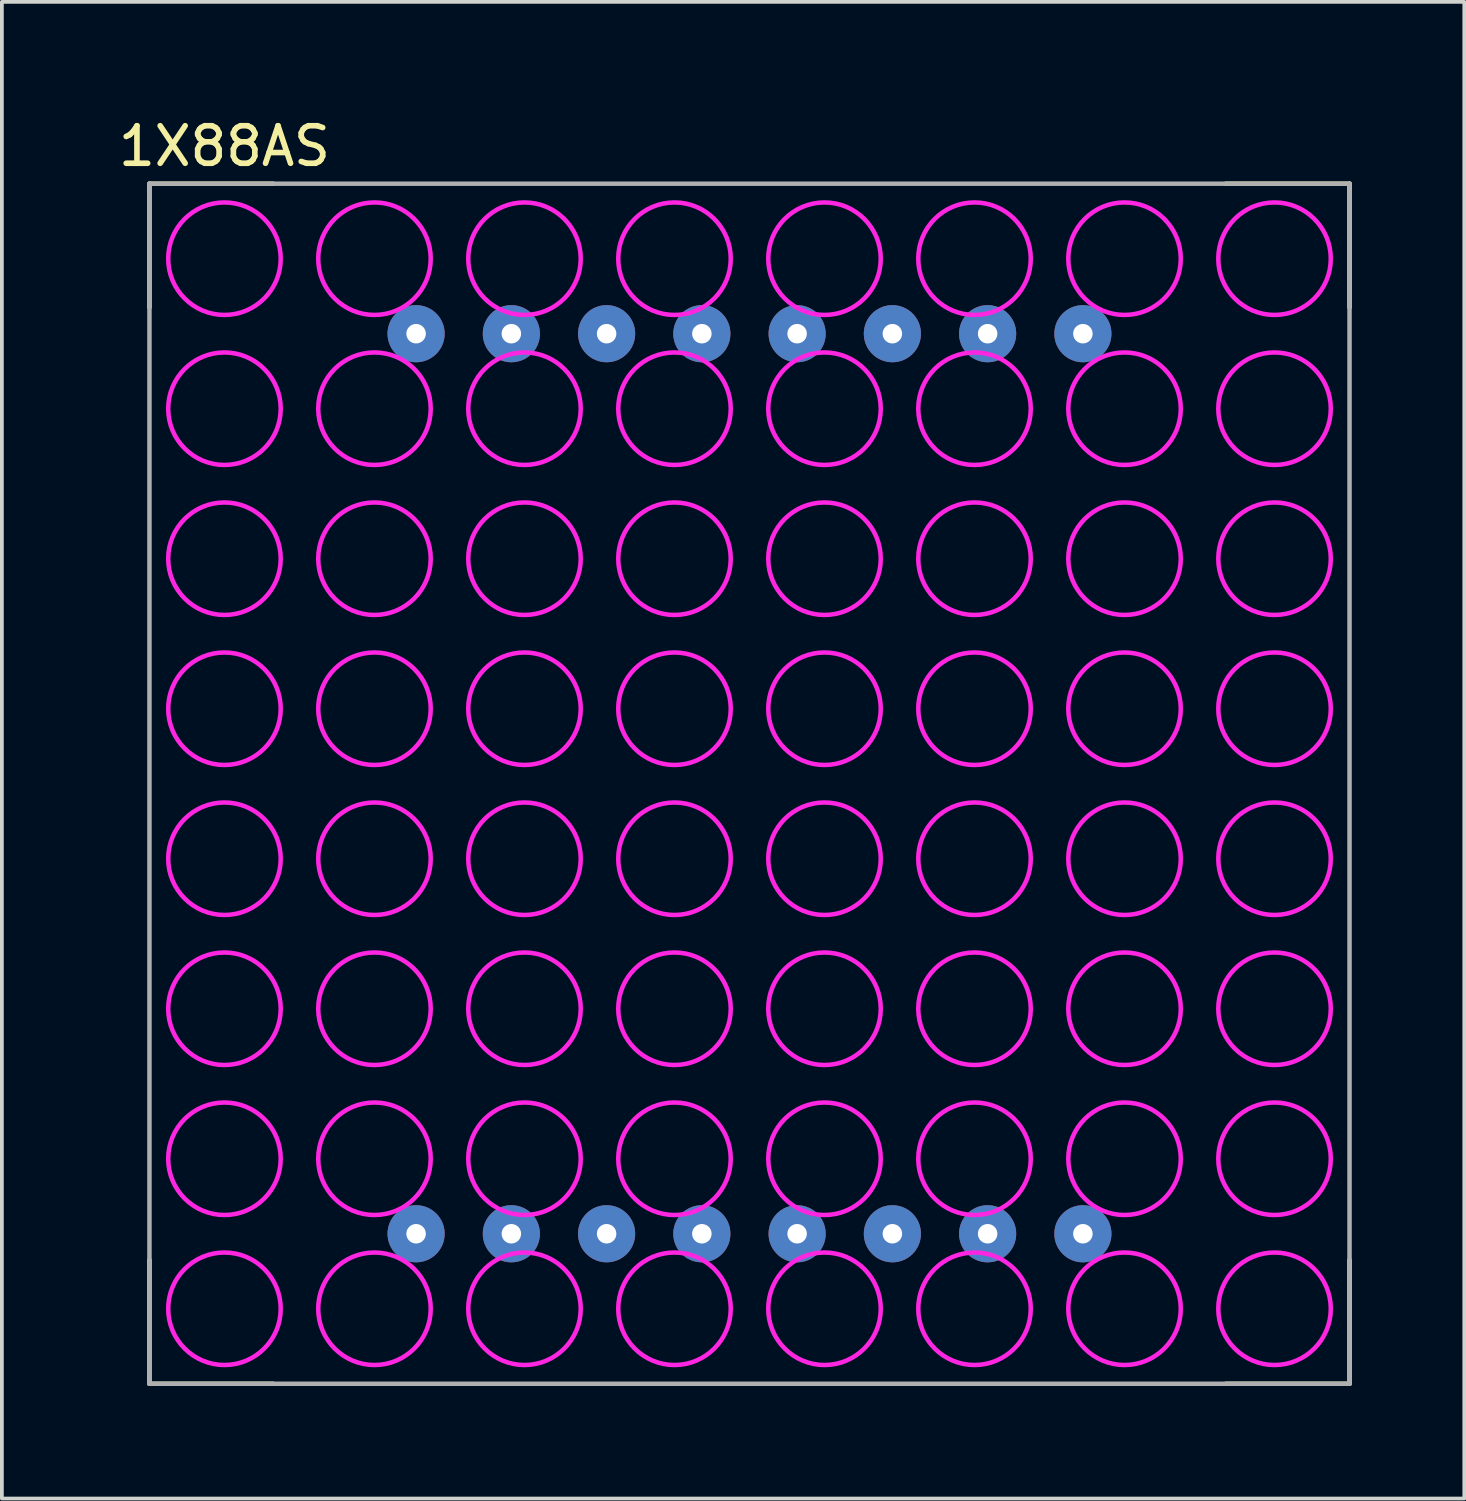
<source format=kicad_pcb>
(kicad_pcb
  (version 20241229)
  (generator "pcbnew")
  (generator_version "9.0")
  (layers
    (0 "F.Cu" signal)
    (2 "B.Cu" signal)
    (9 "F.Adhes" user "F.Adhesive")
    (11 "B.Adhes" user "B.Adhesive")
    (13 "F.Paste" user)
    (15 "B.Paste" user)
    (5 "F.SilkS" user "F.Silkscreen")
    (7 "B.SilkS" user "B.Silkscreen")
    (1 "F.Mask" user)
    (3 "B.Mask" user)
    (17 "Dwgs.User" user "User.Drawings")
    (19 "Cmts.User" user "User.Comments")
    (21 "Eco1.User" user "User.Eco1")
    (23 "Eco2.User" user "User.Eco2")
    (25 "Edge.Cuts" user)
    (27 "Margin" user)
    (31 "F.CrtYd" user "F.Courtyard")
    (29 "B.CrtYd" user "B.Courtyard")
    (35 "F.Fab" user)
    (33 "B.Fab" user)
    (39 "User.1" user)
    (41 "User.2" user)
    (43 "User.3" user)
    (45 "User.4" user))
  (footprint "1X88AS"
    (layer "F.Cu")
    (at 16.935 17.848)
    (property "Reference" "1X88AS" (at -14 -17 0) (layer "F.SilkS") (effects (font (size 1 1) (thickness 0.15))))
    (attr through_hole)
    (fp_line (start -16 -16) (end -16 -12.7) (stroke (width 0.12) (type solid)) (layer "F.SilkS"))
    (fp_line (start -16 -16) (end -12.7 -16) (stroke (width 0.12) (type solid)) (layer "F.SilkS"))
    (fp_line (start -16 16) (end -16 12.7) (stroke (width 0.12) (type solid)) (layer "F.SilkS"))
    (fp_line (start -16 16) (end -12.7 16) (stroke (width 0.12) (type solid)) (layer "F.SilkS"))
    (fp_line (start 16 -16) (end 12.7 -16) (stroke (width 0.12) (type solid)) (layer "F.SilkS"))
    (fp_line (start 16 -16) (end 16 -12.7) (stroke (width 0.12) (type solid)) (layer "F.SilkS"))
    (fp_line (start 16 16) (end 12.7 16) (stroke (width 0.12) (type solid)) (layer "F.SilkS"))
    (fp_line (start 16 16) (end 16 12.7) (stroke (width 0.12) (type solid)) (layer "F.SilkS"))
    (fp_circle (center -14 -14) (end -12.5 -14) (stroke (width 0.12) (type solid)) (fill no) (layer "F.CrtYd"))
    (fp_circle (center -14 -10) (end -12.5 -10) (stroke (width 0.12) (type solid)) (fill no) (layer "F.CrtYd"))
    (fp_circle (center -14 -6) (end -12.5 -6) (stroke (width 0.12) (type solid)) (fill no) (layer "F.CrtYd"))
    (fp_circle (center -14 -2) (end -12.5 -2) (stroke (width 0.12) (type solid)) (fill no) (layer "F.CrtYd"))
    (fp_circle (center -14 2) (end -12.5 2) (stroke (width 0.12) (type solid)) (fill no) (layer "F.CrtYd"))
    (fp_circle (center -14 6) (end -12.5 6) (stroke (width 0.12) (type solid)) (fill no) (layer "F.CrtYd"))
    (fp_circle (center -14 10) (end -12.5 10) (stroke (width 0.12) (type solid)) (fill no) (layer "F.CrtYd"))
    (fp_circle (center -14 14) (end -12.5 14) (stroke (width 0.12) (type solid)) (fill no) (layer "F.CrtYd"))
    (fp_circle (center -10 -14) (end -8.5 -14) (stroke (width 0.12) (type solid)) (fill no) (layer "F.CrtYd"))
    (fp_circle (center -10 -10) (end -8.5 -10) (stroke (width 0.12) (type solid)) (fill no) (layer "F.CrtYd"))
    (fp_circle (center -10 -6) (end -8.5 -6) (stroke (width 0.12) (type solid)) (fill no) (layer "F.CrtYd"))
    (fp_circle (center -10 -2) (end -8.5 -2) (stroke (width 0.12) (type solid)) (fill no) (layer "F.CrtYd"))
    (fp_circle (center -10 2) (end -8.5 2) (stroke (width 0.12) (type solid)) (fill no) (layer "F.CrtYd"))
    (fp_circle (center -10 6) (end -8.5 6) (stroke (width 0.12) (type solid)) (fill no) (layer "F.CrtYd"))
    (fp_circle (center -10 10) (end -8.5 10) (stroke (width 0.12) (type solid)) (fill no) (layer "F.CrtYd"))
    (fp_circle (center -10 14) (end -8.5 14) (stroke (width 0.12) (type solid)) (fill no) (layer "F.CrtYd"))
    (fp_circle (center -6 -14) (end -4.5 -14) (stroke (width 0.12) (type solid)) (fill no) (layer "F.CrtYd"))
    (fp_circle (center -6 -10) (end -4.5 -10) (stroke (width 0.12) (type solid)) (fill no) (layer "F.CrtYd"))
    (fp_circle (center -6 -6) (end -4.5 -6) (stroke (width 0.12) (type solid)) (fill no) (layer "F.CrtYd"))
    (fp_circle (center -6 -2) (end -4.5 -2) (stroke (width 0.12) (type solid)) (fill no) (layer "F.CrtYd"))
    (fp_circle (center -6 2) (end -4.5 2) (stroke (width 0.12) (type solid)) (fill no) (layer "F.CrtYd"))
    (fp_circle (center -6 6) (end -4.5 6) (stroke (width 0.12) (type solid)) (fill no) (layer "F.CrtYd"))
    (fp_circle (center -6 10) (end -4.5 10) (stroke (width 0.12) (type solid)) (fill no) (layer "F.CrtYd"))
    (fp_circle (center -6 14) (end -4.5 14) (stroke (width 0.12) (type solid)) (fill no) (layer "F.CrtYd"))
    (fp_circle (center -2 -14) (end -0.5 -14) (stroke (width 0.12) (type solid)) (fill no) (layer "F.CrtYd"))
    (fp_circle (center -2 -10) (end -0.5 -10) (stroke (width 0.12) (type solid)) (fill no) (layer "F.CrtYd"))
    (fp_circle (center -2 -6) (end -0.5 -6) (stroke (width 0.12) (type solid)) (fill no) (layer "F.CrtYd"))
    (fp_circle (center -2 -2) (end -0.5 -2) (stroke (width 0.12) (type solid)) (fill no) (layer "F.CrtYd"))
    (fp_circle (center -2 2) (end -0.5 2) (stroke (width 0.12) (type solid)) (fill no) (layer "F.CrtYd"))
    (fp_circle (center -2 6) (end -0.5 6) (stroke (width 0.12) (type solid)) (fill no) (layer "F.CrtYd"))
    (fp_circle (center -2 10) (end -0.5 10) (stroke (width 0.12) (type solid)) (fill no) (layer "F.CrtYd"))
    (fp_circle (center -2 14) (end -0.5 14) (stroke (width 0.12) (type solid)) (fill no) (layer "F.CrtYd"))
    (fp_circle (center 2 -14) (end 3.5 -14) (stroke (width 0.12) (type solid)) (fill no) (layer "F.CrtYd"))
    (fp_circle (center 2 -10) (end 3.5 -10) (stroke (width 0.12) (type solid)) (fill no) (layer "F.CrtYd"))
    (fp_circle (center 2 -6) (end 3.5 -6) (stroke (width 0.12) (type solid)) (fill no) (layer "F.CrtYd"))
    (fp_circle (center 2 -2) (end 3.5 -2) (stroke (width 0.12) (type solid)) (fill no) (layer "F.CrtYd"))
    (fp_circle (center 2 2) (end 3.5 2) (stroke (width 0.12) (type solid)) (fill no) (layer "F.CrtYd"))
    (fp_circle (center 2 6) (end 3.5 6) (stroke (width 0.12) (type solid)) (fill no) (layer "F.CrtYd"))
    (fp_circle (center 2 10) (end 3.5 10) (stroke (width 0.12) (type solid)) (fill no) (layer "F.CrtYd"))
    (fp_circle (center 2 14) (end 3.5 14) (stroke (width 0.12) (type solid)) (fill no) (layer "F.CrtYd"))
    (fp_circle (center 6 -14) (end 7.5 -14) (stroke (width 0.12) (type solid)) (fill no) (layer "F.CrtYd"))
    (fp_circle (center 6 -10) (end 7.5 -10) (stroke (width 0.12) (type solid)) (fill no) (layer "F.CrtYd"))
    (fp_circle (center 6 -6) (end 7.5 -6) (stroke (width 0.12) (type solid)) (fill no) (layer "F.CrtYd"))
    (fp_circle (center 6 -2) (end 7.5 -2) (stroke (width 0.12) (type solid)) (fill no) (layer "F.CrtYd"))
    (fp_circle (center 6 2) (end 7.5 2) (stroke (width 0.12) (type solid)) (fill no) (layer "F.CrtYd"))
    (fp_circle (center 6 6) (end 7.5 6) (stroke (width 0.12) (type solid)) (fill no) (layer "F.CrtYd"))
    (fp_circle (center 6 10) (end 7.5 10) (stroke (width 0.12) (type solid)) (fill no) (layer "F.CrtYd"))
    (fp_circle (center 6 14) (end 7.5 14) (stroke (width 0.12) (type solid)) (fill no) (layer "F.CrtYd"))
    (fp_circle (center 10 -14) (end 11.5 -14) (stroke (width 0.12) (type solid)) (fill no) (layer "F.CrtYd"))
    (fp_circle (center 10 -10) (end 11.5 -10) (stroke (width 0.12) (type solid)) (fill no) (layer "F.CrtYd"))
    (fp_circle (center 10 -6) (end 11.5 -6) (stroke (width 0.12) (type solid)) (fill no) (layer "F.CrtYd"))
    (fp_circle (center 10 -2) (end 11.5 -2) (stroke (width 0.12) (type solid)) (fill no) (layer "F.CrtYd"))
    (fp_circle (center 10 2) (end 11.5 2) (stroke (width 0.12) (type solid)) (fill no) (layer "F.CrtYd"))
    (fp_circle (center 10 6) (end 11.5 6) (stroke (width 0.12) (type solid)) (fill no) (layer "F.CrtYd"))
    (fp_circle (center 10 10) (end 11.5 10) (stroke (width 0.12) (type solid)) (fill no) (layer "F.CrtYd"))
    (fp_circle (center 10 14) (end 11.5 14) (stroke (width 0.12) (type solid)) (fill no) (layer "F.CrtYd"))
    (fp_circle (center 14 -14) (end 15.5 -14) (stroke (width 0.12) (type solid)) (fill no) (layer "F.CrtYd"))
    (fp_circle (center 14 -10) (end 15.5 -10) (stroke (width 0.12) (type solid)) (fill no) (layer "F.CrtYd"))
    (fp_circle (center 14 -6) (end 15.5 -6) (stroke (width 0.12) (type solid)) (fill no) (layer "F.CrtYd"))
    (fp_circle (center 14 -2) (end 15.5 -2) (stroke (width 0.12) (type solid)) (fill no) (layer "F.CrtYd"))
    (fp_circle (center 14 2) (end 15.5 2) (stroke (width 0.12) (type solid)) (fill no) (layer "F.CrtYd"))
    (fp_circle (center 14 6) (end 15.5 6) (stroke (width 0.12) (type solid)) (fill no) (layer "F.CrtYd"))
    (fp_circle (center 14 10) (end 15.5 10) (stroke (width 0.12) (type solid)) (fill no) (layer "F.CrtYd"))
    (fp_circle (center 14 14) (end 15.5 14) (stroke (width 0.12) (type solid)) (fill no) (layer "F.CrtYd"))
    (fp_line (start -16 -16) (end -16 16) (stroke (width 0.12) (type solid)) (layer "F.Fab"))
    (fp_line (start 16 -16) (end -16 -16) (stroke (width 0.12) (type solid)) (layer "F.Fab"))
    (fp_line (start 16 16) (end -16 16) (stroke (width 0.12) (type solid)) (layer "F.Fab"))
    (fp_line (start 16 16) (end 16 -16) (stroke (width 0.12) (type solid)) (layer "F.Fab"))
    (pad "1" thru_hole circle (at -8.89 12) (size 1.524 1.524) (drill 0.52) (layers "*.Cu" "*.Mask"))
    (pad "2" thru_hole circle (at -6.35 12) (size 1.524 1.524) (drill 0.52) (layers "*.Cu" "*.Mask"))
    (pad "3" thru_hole circle (at -3.81 12) (size 1.524 1.524) (drill 0.52) (layers "*.Cu" "*.Mask"))
    (pad "4" thru_hole circle (at -1.27 12) (size 1.524 1.524) (drill 0.52) (layers "*.Cu" "*.Mask"))
    (pad "5" thru_hole circle (at 1.27 12) (size 1.524 1.524) (drill 0.52) (layers "*.Cu" "*.Mask"))
    (pad "6" thru_hole circle (at 3.81 12) (size 1.524 1.524) (drill 0.52) (layers "*.Cu" "*.Mask"))
    (pad "7" thru_hole circle (at 6.35 12) (size 1.524 1.524) (drill 0.52) (layers "*.Cu" "*.Mask"))
    (pad "8" thru_hole circle (at 8.89 12) (size 1.524 1.524) (drill 0.52) (layers "*.Cu" "*.Mask"))
    (pad "9" thru_hole circle (at 8.89 -12) (size 1.524 1.524) (drill 0.52) (layers "*.Cu" "*.Mask"))
    (pad "10" thru_hole circle (at 6.35 -12) (size 1.524 1.524) (drill 0.52) (layers "*.Cu" "*.Mask"))
    (pad "11" thru_hole circle (at 3.81 -12) (size 1.524 1.524) (drill 0.52) (layers "*.Cu" "*.Mask"))
    (pad "12" thru_hole circle (at 1.27 -12) (size 1.524 1.524) (drill 0.52) (layers "*.Cu" "*.Mask"))
    (pad "13" thru_hole circle (at -1.27 -12) (size 1.524 1.524) (drill 0.52) (layers "*.Cu" "*.Mask"))
    (pad "14" thru_hole circle (at -3.81 -12) (size 1.524 1.524) (drill 0.52) (layers "*.Cu" "*.Mask"))
    (pad "15" thru_hole circle (at -6.35 -12) (size 1.524 1.524) (drill 0.52) (layers "*.Cu" "*.Mask"))
    (pad "16" thru_hole circle (at -8.89 -12) (size 1.524 1.524) (drill 0.52) (layers "*.Cu" "*.Mask")))
  (gr_rect
    (start -3 -3)
    (end 35.995 36.908)
    (stroke (width 0.1) (type default))
    (fill no)
    (layer "Edge.Cuts")))
</source>
